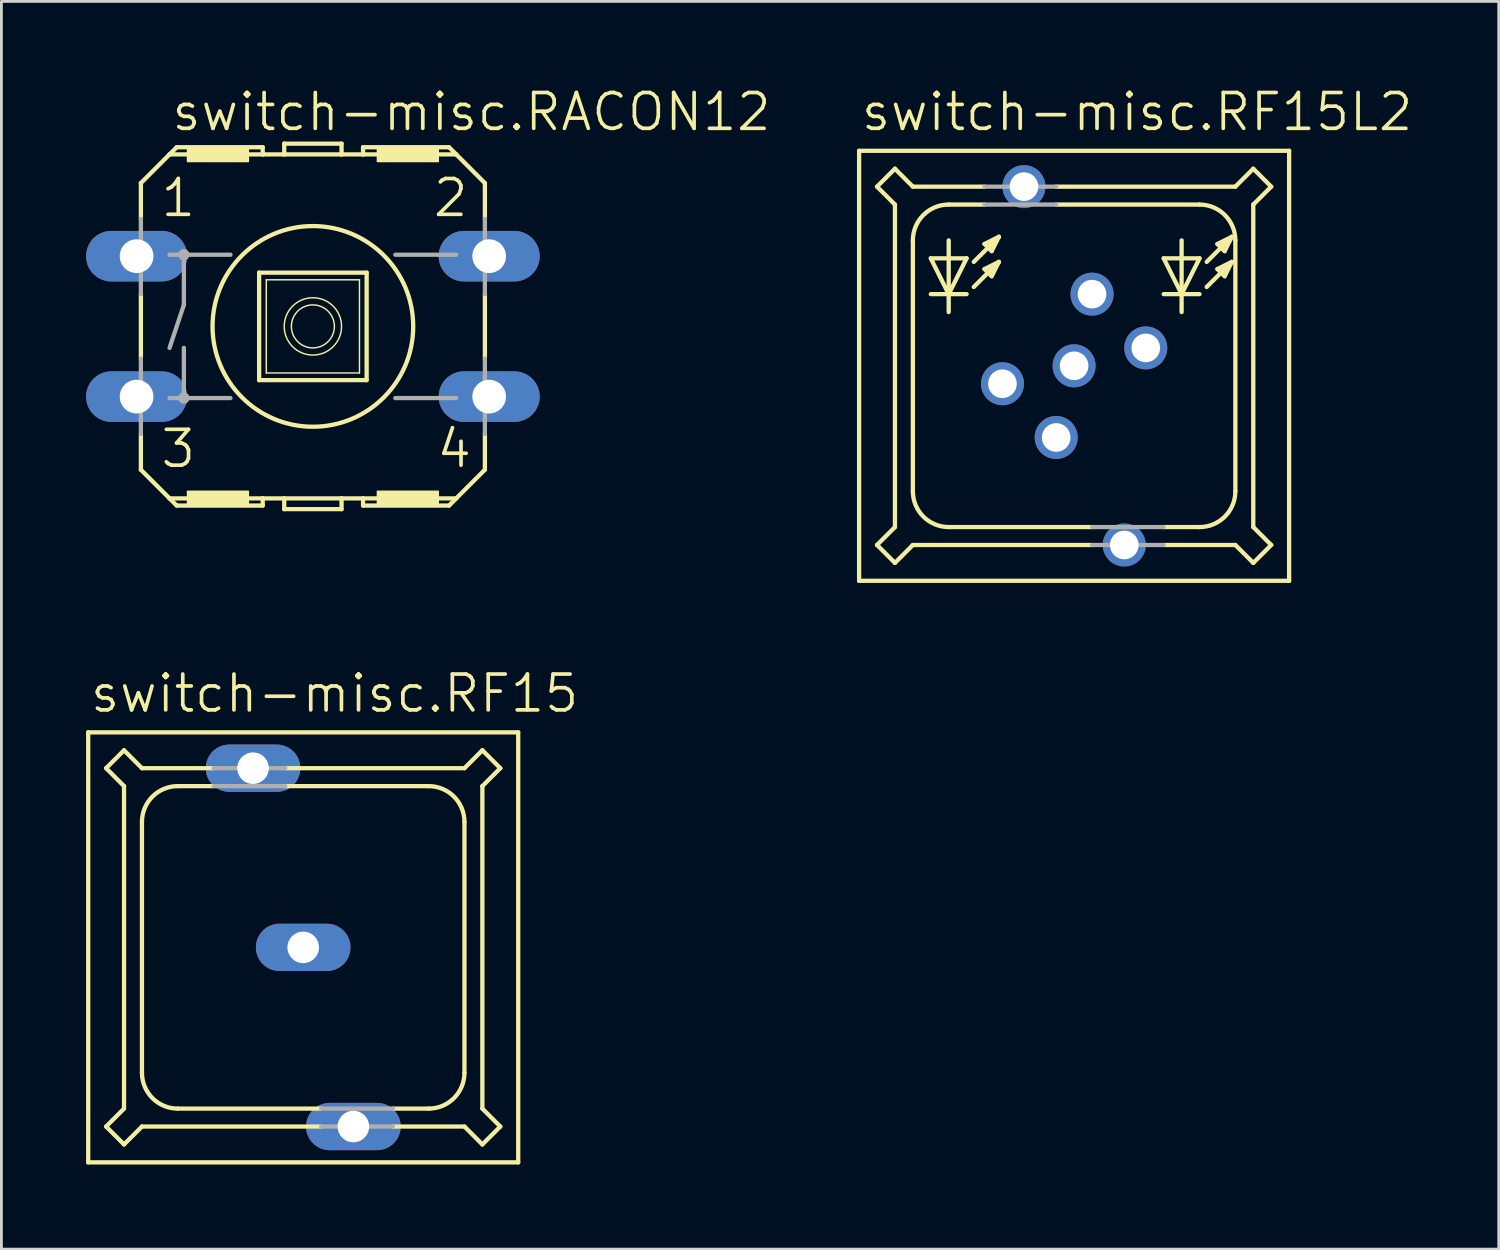
<source format=kicad_pcb>
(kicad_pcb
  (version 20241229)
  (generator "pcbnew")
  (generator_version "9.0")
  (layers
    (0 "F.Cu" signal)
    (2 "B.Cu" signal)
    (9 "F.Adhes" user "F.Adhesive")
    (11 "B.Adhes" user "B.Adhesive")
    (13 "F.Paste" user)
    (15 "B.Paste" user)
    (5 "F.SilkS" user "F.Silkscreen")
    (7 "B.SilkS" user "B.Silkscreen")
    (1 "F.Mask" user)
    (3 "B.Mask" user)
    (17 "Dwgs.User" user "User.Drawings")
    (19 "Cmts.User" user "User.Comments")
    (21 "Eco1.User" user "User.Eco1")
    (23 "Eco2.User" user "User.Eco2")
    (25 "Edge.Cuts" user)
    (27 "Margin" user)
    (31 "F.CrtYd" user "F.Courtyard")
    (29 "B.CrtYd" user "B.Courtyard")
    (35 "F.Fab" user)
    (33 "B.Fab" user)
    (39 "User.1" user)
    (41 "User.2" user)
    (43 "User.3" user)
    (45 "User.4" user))
  (footprint "switch-misc.RF15L2"
    (layer "F.Cu")
    (at 35.018 9.915)
    (property "Reference" "switch-misc.RF15L2" (at -7.62 -8.255 0) (layer "F.SilkS") (effects (font (size 1.27 1.27) (thickness 0.13)) (justify left bottom)))
    (attr through_hole)
    (fp_line (start -7.62 -7.62) (end -7.62 7.62) (stroke (width 0.152) (type default)) (layer "F.SilkS"))
    (fp_line (start -7.62 7.62) (end 7.62 7.62) (stroke (width 0.152) (type default)) (layer "F.SilkS"))
    (fp_line (start -6.985 -6.35) (end -6.35 -6.985) (stroke (width 0.152) (type default)) (layer "F.SilkS"))
    (fp_line (start -6.985 6.35) (end -6.35 5.715) (stroke (width 0.152) (type default)) (layer "F.SilkS"))
    (fp_line (start -6.35 -6.985) (end -5.715 -6.35) (stroke (width 0.152) (type default)) (layer "F.SilkS"))
    (fp_line (start -6.35 -5.715) (end -6.985 -6.35) (stroke (width 0.152) (type default)) (layer "F.SilkS"))
    (fp_line (start -6.35 5.715) (end -6.35 -5.715) (stroke (width 0.152) (type default)) (layer "F.SilkS"))
    (fp_line (start -6.35 6.985) (end -6.985 6.35) (stroke (width 0.152) (type default)) (layer "F.SilkS"))
    (fp_line (start -5.715 -4.445) (end -5.715 4.445) (stroke (width 0.152) (type default)) (layer "F.SilkS"))
    (fp_line (start -5.715 6.35) (end -6.35 6.985) (stroke (width 0.152) (type default)) (layer "F.SilkS"))
    (fp_line (start -5.08 -3.81) (end -4.445 -2.54) (stroke (width 0.152) (type default)) (layer "F.SilkS"))
    (fp_line (start -5.08 -2.54) (end -4.445 -2.54) (stroke (width 0.152) (type default)) (layer "F.SilkS"))
    (fp_line (start -4.445 -5.715) (end -3.175 -5.715) (stroke (width 0.152) (type default)) (layer "F.SilkS"))
    (fp_line (start -4.445 -4.445) (end -4.445 -2.54) (stroke (width 0.152) (type default)) (layer "F.SilkS"))
    (fp_line (start -4.445 -2.54) (end -4.445 -1.905) (stroke (width 0.152) (type default)) (layer "F.SilkS"))
    (fp_line (start -4.445 -2.54) (end -3.81 -3.81) (stroke (width 0.152) (type default)) (layer "F.SilkS"))
    (fp_line (start -4.445 -2.54) (end -3.81 -2.54) (stroke (width 0.152) (type default)) (layer "F.SilkS"))
    (fp_line (start -3.81 -3.81) (end -5.08 -3.81) (stroke (width 0.152) (type default)) (layer "F.SilkS"))
    (fp_line (start -3.556 -3.683) (end -2.667 -4.572) (stroke (width 0.152) (type default)) (layer "F.SilkS"))
    (fp_line (start -3.556 -2.794) (end -2.667 -3.683) (stroke (width 0.152) (type default)) (layer "F.SilkS"))
    (fp_line (start -3.175 -6.35) (end -5.715 -6.35) (stroke (width 0.152) (type default)) (layer "F.SilkS"))
    (fp_line (start -3.175 -4.318) (end -2.921 -4.064) (stroke (width 0.152) (type default)) (layer "F.SilkS"))
    (fp_line (start -3.175 -3.429) (end -2.921 -3.175) (stroke (width 0.152) (type default)) (layer "F.SilkS"))
    (fp_line (start -2.921 -4.064) (end -2.667 -4.572) (stroke (width 0.152) (type default)) (layer "F.SilkS"))
    (fp_line (start -2.921 -3.175) (end -2.667 -3.683) (stroke (width 0.152) (type default)) (layer "F.SilkS"))
    (fp_line (start -2.667 -4.572) (end -3.175 -4.318) (stroke (width 0.152) (type default)) (layer "F.SilkS"))
    (fp_line (start -2.667 -3.683) (end -3.175 -3.429) (stroke (width 0.152) (type default)) (layer "F.SilkS"))
    (fp_line (start -0.635 -6.35) (end 5.715 -6.35) (stroke (width 0.152) (type default)) (layer "F.SilkS"))
    (fp_line (start -0.635 -5.715) (end 4.445 -5.715) (stroke (width 0.152) (type default)) (layer "F.SilkS"))
    (fp_line (start 0.635 5.715) (end -4.445 5.715) (stroke (width 0.152) (type default)) (layer "F.SilkS"))
    (fp_line (start 0.635 6.35) (end -5.715 6.35) (stroke (width 0.152) (type default)) (layer "F.SilkS"))
    (fp_line (start 3.175 -3.81) (end 3.81 -2.54) (stroke (width 0.152) (type default)) (layer "F.SilkS"))
    (fp_line (start 3.175 -2.54) (end 3.81 -2.54) (stroke (width 0.152) (type default)) (layer "F.SilkS"))
    (fp_line (start 3.81 -4.445) (end 3.81 -2.54) (stroke (width 0.152) (type default)) (layer "F.SilkS"))
    (fp_line (start 3.81 -2.54) (end 3.81 -1.905) (stroke (width 0.152) (type default)) (layer "F.SilkS"))
    (fp_line (start 3.81 -2.54) (end 4.445 -3.81) (stroke (width 0.152) (type default)) (layer "F.SilkS"))
    (fp_line (start 3.81 -2.54) (end 4.445 -2.54) (stroke (width 0.152) (type default)) (layer "F.SilkS"))
    (fp_line (start 4.445 -3.81) (end 3.175 -3.81) (stroke (width 0.152) (type default)) (layer "F.SilkS"))
    (fp_line (start 4.445 5.715) (end 3.175 5.715) (stroke (width 0.152) (type default)) (layer "F.SilkS"))
    (fp_line (start 4.699 -3.683) (end 5.588 -4.572) (stroke (width 0.152) (type default)) (layer "F.SilkS"))
    (fp_line (start 4.699 -2.794) (end 5.588 -3.683) (stroke (width 0.152) (type default)) (layer "F.SilkS"))
    (fp_line (start 5.08 -4.318) (end 5.334 -4.064) (stroke (width 0.152) (type default)) (layer "F.SilkS"))
    (fp_line (start 5.08 -3.429) (end 5.334 -3.175) (stroke (width 0.152) (type default)) (layer "F.SilkS"))
    (fp_line (start 5.334 -4.064) (end 5.588 -4.572) (stroke (width 0.152) (type default)) (layer "F.SilkS"))
    (fp_line (start 5.334 -3.175) (end 5.588 -3.683) (stroke (width 0.152) (type default)) (layer "F.SilkS"))
    (fp_line (start 5.588 -4.572) (end 5.08 -4.318) (stroke (width 0.152) (type default)) (layer "F.SilkS"))
    (fp_line (start 5.588 -3.683) (end 5.08 -3.429) (stroke (width 0.152) (type default)) (layer "F.SilkS"))
    (fp_line (start 5.715 -6.35) (end 6.35 -6.985) (stroke (width 0.152) (type default)) (layer "F.SilkS"))
    (fp_line (start 5.715 4.445) (end 5.715 -4.445) (stroke (width 0.152) (type default)) (layer "F.SilkS"))
    (fp_line (start 5.715 6.35) (end 3.175 6.35) (stroke (width 0.152) (type default)) (layer "F.SilkS"))
    (fp_line (start 6.35 -6.985) (end 6.985 -6.35) (stroke (width 0.152) (type default)) (layer "F.SilkS"))
    (fp_line (start 6.35 -5.715) (end 6.35 5.715) (stroke (width 0.152) (type default)) (layer "F.SilkS"))
    (fp_line (start 6.35 5.715) (end 6.985 6.35) (stroke (width 0.152) (type default)) (layer "F.SilkS"))
    (fp_line (start 6.35 6.985) (end 5.715 6.35) (stroke (width 0.152) (type default)) (layer "F.SilkS"))
    (fp_line (start 6.985 -6.35) (end 6.35 -5.715) (stroke (width 0.152) (type default)) (layer "F.SilkS"))
    (fp_line (start 6.985 6.35) (end 6.35 6.985) (stroke (width 0.152) (type default)) (layer "F.SilkS"))
    (fp_line (start 7.62 -7.62) (end -7.62 -7.62) (stroke (width 0.152) (type default)) (layer "F.SilkS"))
    (fp_line (start 7.62 7.62) (end 7.62 -7.62) (stroke (width 0.152) (type default)) (layer "F.SilkS"))
    (fp_arc (start -5.715 -4.445) (mid -5.343026 -5.343026) (end -4.445 -5.715) (stroke (width 0.1524) (type default)) (layer "F.SilkS"))
    (fp_arc (start -4.445 5.715) (mid -5.343026 5.343026) (end -5.715 4.445) (stroke (width 0.1524) (type default)) (layer "F.SilkS"))
    (fp_arc (start 4.445 -5.715) (mid 5.343026 -5.343026) (end 5.715 -4.445) (stroke (width 0.1524) (type default)) (layer "F.SilkS"))
    (fp_arc (start 5.715 4.445) (mid 5.343026 5.343026) (end 4.445 5.715) (stroke (width 0.1524) (type default)) (layer "F.SilkS"))
    (fp_line (start -3.175 -5.715) (end -0.635 -5.715) (stroke (width 0.152) (type default)) (layer "F.Fab"))
    (fp_line (start -0.635 -6.35) (end -3.175 -6.35) (stroke (width 0.152) (type default)) (layer "F.Fab"))
    (fp_line (start 3.175 5.715) (end 0.635 5.715) (stroke (width 0.152) (type default)) (layer "F.Fab"))
    (fp_line (start 3.175 6.35) (end 0.635 6.35) (stroke (width 0.152) (type default)) (layer "F.Fab"))
    (pad "1" thru_hole circle (at 0 0) (size 1.524 1.524) (drill 1.016) (layers "*.Cu" "*.Mask"))
    (pad "2" thru_hole circle (at -1.778 -6.35) (size 1.524 1.524) (drill 1.016) (layers "*.Cu" "*.Mask"))
    (pad "3" thru_hole circle (at 1.778 6.35) (size 1.524 1.524) (drill 1.016) (layers "*.Cu" "*.Mask"))
    (pad "D1+" thru_hole circle (at 0.635 -2.54) (size 1.524 1.524) (drill 1.016) (layers "*.Cu" "*.Mask"))
    (pad "D1-" thru_hole circle (at 2.54 -0.635) (size 1.524 1.524) (drill 1.016) (layers "*.Cu" "*.Mask"))
    (pad "D2+" thru_hole circle (at -0.635 2.54) (size 1.524 1.524) (drill 1.016) (layers "*.Cu" "*.Mask"))
    (pad "D2-" thru_hole circle (at -2.54 0.635) (size 1.524 1.524) (drill 1.016) (layers "*.Cu" "*.Mask")))
  (footprint "switch-misc.RACON12"
    (layer "F.Cu")
    (at 8.039 8.518)
    (property "Reference" "switch-misc.RACON12" (at -5.08 -6.858 0) (layer "F.SilkS") (effects (font (size 1.27 1.27) (thickness 0.13)) (justify left bottom)))
    (attr through_hole)
    (fp_line (start -6.096 -5.08) (end -6.096 -3.81) (stroke (width 0.152) (type default)) (layer "F.SilkS"))
    (fp_line (start -6.096 -1.143) (end -6.096 1.143) (stroke (width 0.152) (type default)) (layer "F.SilkS"))
    (fp_line (start -6.096 3.81) (end -6.096 5.08) (stroke (width 0.152) (type default)) (layer "F.SilkS"))
    (fp_line (start -6.096 5.08) (end -5.08 6.096) (stroke (width 0.152) (type default)) (layer "F.SilkS"))
    (fp_line (start -5.08 -6.096) (end -6.096 -5.08) (stroke (width 0.152) (type default)) (layer "F.SilkS"))
    (fp_line (start -5.08 -6.096) (end -4.826 -6.35) (stroke (width 0.152) (type default)) (layer "F.SilkS"))
    (fp_line (start -5.08 -6.096) (end -1.778 -6.096) (stroke (width 0.152) (type default)) (layer "F.SilkS"))
    (fp_line (start -5.08 6.096) (end -1.778 6.096) (stroke (width 0.152) (type default)) (layer "F.SilkS"))
    (fp_line (start -4.826 6.35) (end -5.08 6.096) (stroke (width 0.152) (type default)) (layer "F.SilkS"))
    (fp_line (start -1.905 -1.905) (end -1.905 1.905) (stroke (width 0.152) (type default)) (layer "F.SilkS"))
    (fp_line (start -1.905 -1.905) (end 1.905 -1.905) (stroke (width 0.152) (type default)) (layer "F.SilkS"))
    (fp_line (start -1.778 -6.35) (end -4.826 -6.35) (stroke (width 0.152) (type default)) (layer "F.SilkS"))
    (fp_line (start -1.778 -6.35) (end -1.778 -6.096) (stroke (width 0.152) (type default)) (layer "F.SilkS"))
    (fp_line (start -1.778 -6.096) (end -1.016 -6.096) (stroke (width 0.152) (type default)) (layer "F.SilkS"))
    (fp_line (start -1.778 6.096) (end -1.778 6.35) (stroke (width 0.152) (type default)) (layer "F.SilkS"))
    (fp_line (start -1.778 6.096) (end -1.016 6.096) (stroke (width 0.152) (type default)) (layer "F.SilkS"))
    (fp_line (start -1.778 6.35) (end -4.826 6.35) (stroke (width 0.152) (type default)) (layer "F.SilkS"))
    (fp_line (start -1.651 -1.651) (end -1.651 1.651) (stroke (width 0.051) (type default)) (layer "F.SilkS"))
    (fp_line (start -1.651 -1.651) (end 1.651 -1.651) (stroke (width 0.051) (type default)) (layer "F.SilkS"))
    (fp_line (start -1.016 -6.477) (end 1.016 -6.477) (stroke (width 0.152) (type default)) (layer "F.SilkS"))
    (fp_line (start -1.016 -6.096) (end -1.016 -6.477) (stroke (width 0.152) (type default)) (layer "F.SilkS"))
    (fp_line (start -1.016 -6.096) (end 1.016 -6.096) (stroke (width 0.152) (type default)) (layer "F.SilkS"))
    (fp_line (start -1.016 6.096) (end 1.016 6.096) (stroke (width 0.152) (type default)) (layer "F.SilkS"))
    (fp_line (start -1.016 6.477) (end -1.016 6.096) (stroke (width 0.152) (type default)) (layer "F.SilkS"))
    (fp_line (start -1.016 6.477) (end 1.016 6.477) (stroke (width 0.152) (type default)) (layer "F.SilkS"))
    (fp_line (start 1.016 -6.477) (end 1.016 -6.096) (stroke (width 0.152) (type default)) (layer "F.SilkS"))
    (fp_line (start 1.016 6.096) (end 1.016 6.477) (stroke (width 0.152) (type default)) (layer "F.SilkS"))
    (fp_line (start 1.016 6.096) (end 1.778 6.096) (stroke (width 0.152) (type default)) (layer "F.SilkS"))
    (fp_line (start 1.651 1.651) (end -1.651 1.651) (stroke (width 0.051) (type default)) (layer "F.SilkS"))
    (fp_line (start 1.651 1.651) (end 1.651 -1.651) (stroke (width 0.051) (type default)) (layer "F.SilkS"))
    (fp_line (start 1.778 -6.35) (end 1.778 -6.096) (stroke (width 0.152) (type default)) (layer "F.SilkS"))
    (fp_line (start 1.778 -6.096) (end 1.016 -6.096) (stroke (width 0.152) (type default)) (layer "F.SilkS"))
    (fp_line (start 1.778 6.096) (end 1.778 6.35) (stroke (width 0.152) (type default)) (layer "F.SilkS"))
    (fp_line (start 1.778 6.096) (end 5.08 6.096) (stroke (width 0.152) (type default)) (layer "F.SilkS"))
    (fp_line (start 1.905 1.905) (end -1.905 1.905) (stroke (width 0.152) (type default)) (layer "F.SilkS"))
    (fp_line (start 1.905 1.905) (end 1.905 -1.905) (stroke (width 0.152) (type default)) (layer "F.SilkS"))
    (fp_line (start 4.826 -6.35) (end 1.778 -6.35) (stroke (width 0.152) (type default)) (layer "F.SilkS"))
    (fp_line (start 4.826 6.35) (end 1.778 6.35) (stroke (width 0.152) (type default)) (layer "F.SilkS"))
    (fp_line (start 5.08 -6.096) (end 1.778 -6.096) (stroke (width 0.152) (type default)) (layer "F.SilkS"))
    (fp_line (start 5.08 -6.096) (end 4.826 -6.35) (stroke (width 0.152) (type default)) (layer "F.SilkS"))
    (fp_line (start 5.08 6.096) (end 4.826 6.35) (stroke (width 0.152) (type default)) (layer "F.SilkS"))
    (fp_line (start 5.08 6.096) (end 6.096 5.08) (stroke (width 0.152) (type default)) (layer "F.SilkS"))
    (fp_line (start 6.096 -5.08) (end 5.08 -6.096) (stroke (width 0.152) (type default)) (layer "F.SilkS"))
    (fp_line (start 6.096 -5.08) (end 6.096 -3.81) (stroke (width 0.152) (type default)) (layer "F.SilkS"))
    (fp_line (start 6.096 -1.143) (end 6.096 1.143) (stroke (width 0.152) (type default)) (layer "F.SilkS"))
    (fp_line (start 6.096 5.08) (end 6.096 3.81) (stroke (width 0.152) (type default)) (layer "F.SilkS"))
    (fp_rect (start -4.445 -5.842) (end -2.286 -6.35) (stroke (width 0.05) (type default)) (fill yes) (layer "F.SilkS"))
    (fp_rect (start -4.445 6.35) (end -2.286 5.842) (stroke (width 0.05) (type default)) (fill yes) (layer "F.SilkS"))
    (fp_rect (start 2.286 -5.842) (end 4.445 -6.35) (stroke (width 0.05) (type default)) (fill yes) (layer "F.SilkS"))
    (fp_rect (start 2.286 6.35) (end 4.445 5.842) (stroke (width 0.05) (type default)) (fill yes) (layer "F.SilkS"))
    (fp_circle (center 0 0) (end 0.762 0) (stroke (width 0.051) (type default)) (fill no) (layer "F.SilkS"))
    (fp_circle (center 0 0) (end 1.016 0) (stroke (width 0.051) (type default)) (fill no) (layer "F.SilkS"))
    (fp_circle (center 0 0) (end 3.556 0) (stroke (width 0.152) (type default)) (fill no) (layer "F.SilkS"))
    (fp_line (start -6.096 -1.143) (end -6.096 -3.81) (stroke (width 0.152) (type default)) (layer "F.Fab"))
    (fp_line (start -6.096 3.81) (end -6.096 1.143) (stroke (width 0.152) (type default)) (layer "F.Fab"))
    (fp_line (start -5.08 -2.54) (end -4.572 -2.54) (stroke (width 0.152) (type default)) (layer "F.Fab"))
    (fp_line (start -5.08 2.54) (end -4.572 2.54) (stroke (width 0.152) (type default)) (layer "F.Fab"))
    (fp_line (start -4.572 -2.54) (end -4.572 -0.762) (stroke (width 0.152) (type default)) (layer "F.Fab"))
    (fp_line (start -4.572 -2.54) (end -2.921 -2.54) (stroke (width 0.152) (type default)) (layer "F.Fab"))
    (fp_line (start -4.572 -0.762) (end -5.08 0.762) (stroke (width 0.152) (type default)) (layer "F.Fab"))
    (fp_line (start -4.572 0.762) (end -4.572 2.54) (stroke (width 0.152) (type default)) (layer "F.Fab"))
    (fp_line (start -4.572 2.54) (end -2.921 2.54) (stroke (width 0.152) (type default)) (layer "F.Fab"))
    (fp_line (start 2.921 -2.54) (end 5.08 -2.54) (stroke (width 0.152) (type default)) (layer "F.Fab"))
    (fp_line (start 2.921 2.54) (end 5.08 2.54) (stroke (width 0.152) (type default)) (layer "F.Fab"))
    (fp_line (start 6.096 -1.143) (end 6.096 -3.81) (stroke (width 0.152) (type default)) (layer "F.Fab"))
    (fp_line (start 6.096 3.81) (end 6.096 1.143) (stroke (width 0.152) (type default)) (layer "F.Fab"))
    (fp_rect (start -6.604 -2.032) (end -6.096 -2.921) (stroke (width 0.05) (type default)) (fill no) (layer "F.Fab"))
    (fp_rect (start -6.604 2.921) (end -6.096 2.032) (stroke (width 0.05) (type default)) (fill no) (layer "F.Fab"))
    (fp_rect (start 6.096 -2.032) (end 6.604 -2.921) (stroke (width 0.05) (type default)) (fill no) (layer "F.Fab"))
    (fp_rect (start 6.096 2.921) (end 6.604 2.032) (stroke (width 0.05) (type default)) (fill no) (layer "F.Fab"))
    (fp_circle (center -4.572 -2.54) (end -4.445 -2.54) (stroke (width 0.152) (type default)) (fill no) (layer "F.Fab"))
    (fp_circle (center -4.572 2.54) (end -4.445 2.54) (stroke (width 0.152) (type default)) (fill no) (layer "F.Fab"))
    (fp_text user "4" (at 4.318 5.08 0) (layer "F.SilkS") (effects (font (size 1.27 1.27) (thickness 0.13)) (justify left bottom)))
    (fp_text user "2" (at 4.191 -3.81 0) (layer "F.SilkS") (effects (font (size 1.27 1.27) (thickness 0.13)) (justify left bottom)))
    (fp_text user "1" (at -5.461 -3.81 0) (layer "F.SilkS") (effects (font (size 1.27 1.27) (thickness 0.13)) (justify left bottom)))
    (fp_text user "3" (at -5.461 5.08 0) (layer "F.SilkS") (effects (font (size 1.27 1.27) (thickness 0.13)) (justify left bottom)))
    (pad "1" thru_hole oval (at -6.248 -2.489) (size 3.581 1.791) (drill 1.194) (layers "*.Cu" "*.Mask"))
    (pad "2" thru_hole oval (at 6.248 -2.489) (size 3.581 1.791) (drill 1.194) (layers "*.Cu" "*.Mask"))
    (pad "3" thru_hole oval (at -6.248 2.489) (size 3.581 1.791) (drill 1.194) (layers "*.Cu" "*.Mask"))
    (pad "4" thru_hole oval (at 6.248 2.489) (size 3.581 1.791) (drill 1.194) (layers "*.Cu" "*.Mask")))
  (footprint "switch-misc.RF15"
    (layer "F.Cu")
    (at 7.696 30.526)
    (property "Reference" "switch-misc.RF15" (at -7.62 -8.255 0) (layer "F.SilkS") (effects (font (size 1.27 1.27) (thickness 0.13)) (justify left bottom)))
    (attr through_hole)
    (fp_line (start -7.62 -7.62) (end -7.62 7.62) (stroke (width 0.152) (type default)) (layer "F.SilkS"))
    (fp_line (start -7.62 7.62) (end 7.62 7.62) (stroke (width 0.152) (type default)) (layer "F.SilkS"))
    (fp_line (start -6.985 -6.35) (end -6.35 -6.985) (stroke (width 0.152) (type default)) (layer "F.SilkS"))
    (fp_line (start -6.985 6.35) (end -6.35 5.715) (stroke (width 0.152) (type default)) (layer "F.SilkS"))
    (fp_line (start -6.35 -6.985) (end -5.715 -6.35) (stroke (width 0.152) (type default)) (layer "F.SilkS"))
    (fp_line (start -6.35 -5.715) (end -6.985 -6.35) (stroke (width 0.152) (type default)) (layer "F.SilkS"))
    (fp_line (start -6.35 5.715) (end -6.35 -5.715) (stroke (width 0.152) (type default)) (layer "F.SilkS"))
    (fp_line (start -6.35 6.985) (end -6.985 6.35) (stroke (width 0.152) (type default)) (layer "F.SilkS"))
    (fp_line (start -5.715 -6.35) (end -3.175 -6.35) (stroke (width 0.152) (type default)) (layer "F.SilkS"))
    (fp_line (start -5.715 -4.445) (end -5.715 4.445) (stroke (width 0.152) (type default)) (layer "F.SilkS"))
    (fp_line (start -5.715 6.35) (end -6.35 6.985) (stroke (width 0.152) (type default)) (layer "F.SilkS"))
    (fp_line (start -4.445 -5.715) (end -3.175 -5.715) (stroke (width 0.152) (type default)) (layer "F.SilkS"))
    (fp_line (start -0.635 -6.35) (end 5.715 -6.35) (stroke (width 0.152) (type default)) (layer "F.SilkS"))
    (fp_line (start -0.635 -5.715) (end 4.445 -5.715) (stroke (width 0.152) (type default)) (layer "F.SilkS"))
    (fp_line (start 0.635 5.715) (end -4.445 5.715) (stroke (width 0.152) (type default)) (layer "F.SilkS"))
    (fp_line (start 0.635 6.35) (end -5.715 6.35) (stroke (width 0.152) (type default)) (layer "F.SilkS"))
    (fp_line (start 4.445 5.715) (end 3.175 5.715) (stroke (width 0.152) (type default)) (layer "F.SilkS"))
    (fp_line (start 5.715 -6.35) (end 6.35 -6.985) (stroke (width 0.152) (type default)) (layer "F.SilkS"))
    (fp_line (start 5.715 4.445) (end 5.715 -4.445) (stroke (width 0.152) (type default)) (layer "F.SilkS"))
    (fp_line (start 5.715 6.35) (end 3.175 6.35) (stroke (width 0.152) (type default)) (layer "F.SilkS"))
    (fp_line (start 6.35 -6.985) (end 6.985 -6.35) (stroke (width 0.152) (type default)) (layer "F.SilkS"))
    (fp_line (start 6.35 -5.715) (end 6.35 5.715) (stroke (width 0.152) (type default)) (layer "F.SilkS"))
    (fp_line (start 6.35 5.715) (end 6.985 6.35) (stroke (width 0.152) (type default)) (layer "F.SilkS"))
    (fp_line (start 6.35 6.985) (end 5.715 6.35) (stroke (width 0.152) (type default)) (layer "F.SilkS"))
    (fp_line (start 6.985 -6.35) (end 6.35 -5.715) (stroke (width 0.152) (type default)) (layer "F.SilkS"))
    (fp_line (start 6.985 6.35) (end 6.35 6.985) (stroke (width 0.152) (type default)) (layer "F.SilkS"))
    (fp_line (start 7.62 -7.62) (end -7.62 -7.62) (stroke (width 0.152) (type default)) (layer "F.SilkS"))
    (fp_line (start 7.62 7.62) (end 7.62 -7.62) (stroke (width 0.152) (type default)) (layer "F.SilkS"))
    (fp_arc (start -5.715 -4.445) (mid -5.343026 -5.343026) (end -4.445 -5.715) (stroke (width 0.1524) (type default)) (layer "F.SilkS"))
    (fp_arc (start -4.445 5.715) (mid -5.343026 5.343026) (end -5.715 4.445) (stroke (width 0.1524) (type default)) (layer "F.SilkS"))
    (fp_arc (start 4.445 -5.715) (mid 5.343026 -5.343026) (end 5.715 -4.445) (stroke (width 0.1524) (type default)) (layer "F.SilkS"))
    (fp_arc (start 5.715 4.445) (mid 5.343026 5.343026) (end 4.445 5.715) (stroke (width 0.1524) (type default)) (layer "F.SilkS"))
    (fp_line (start -3.175 -6.35) (end -0.635 -6.35) (stroke (width 0.152) (type default)) (layer "F.Fab"))
    (fp_line (start -3.175 -5.715) (end -0.635 -5.715) (stroke (width 0.152) (type default)) (layer "F.Fab"))
    (fp_line (start 3.175 5.715) (end 0.635 5.715) (stroke (width 0.152) (type default)) (layer "F.Fab"))
    (fp_line (start 3.175 6.35) (end 0.635 6.35) (stroke (width 0.152) (type default)) (layer "F.Fab"))
    (pad "1" thru_hole oval (at 0 0) (size 3.353 1.676) (drill 1.118) (layers "*.Cu" "*.Mask"))
    (pad "2" thru_hole oval (at -1.778 -6.35) (size 3.353 1.676) (drill 1.118) (layers "*.Cu" "*.Mask"))
    (pad "3" thru_hole oval (at 1.778 6.35) (size 3.353 1.676) (drill 1.118) (layers "*.Cu" "*.Mask")))
  (gr_rect
    (start -3 -3)
    (end 50.068 41.222)
    (stroke (width 0.1) (type default))
    (fill no)
    (layer "Edge.Cuts")))
</source>
